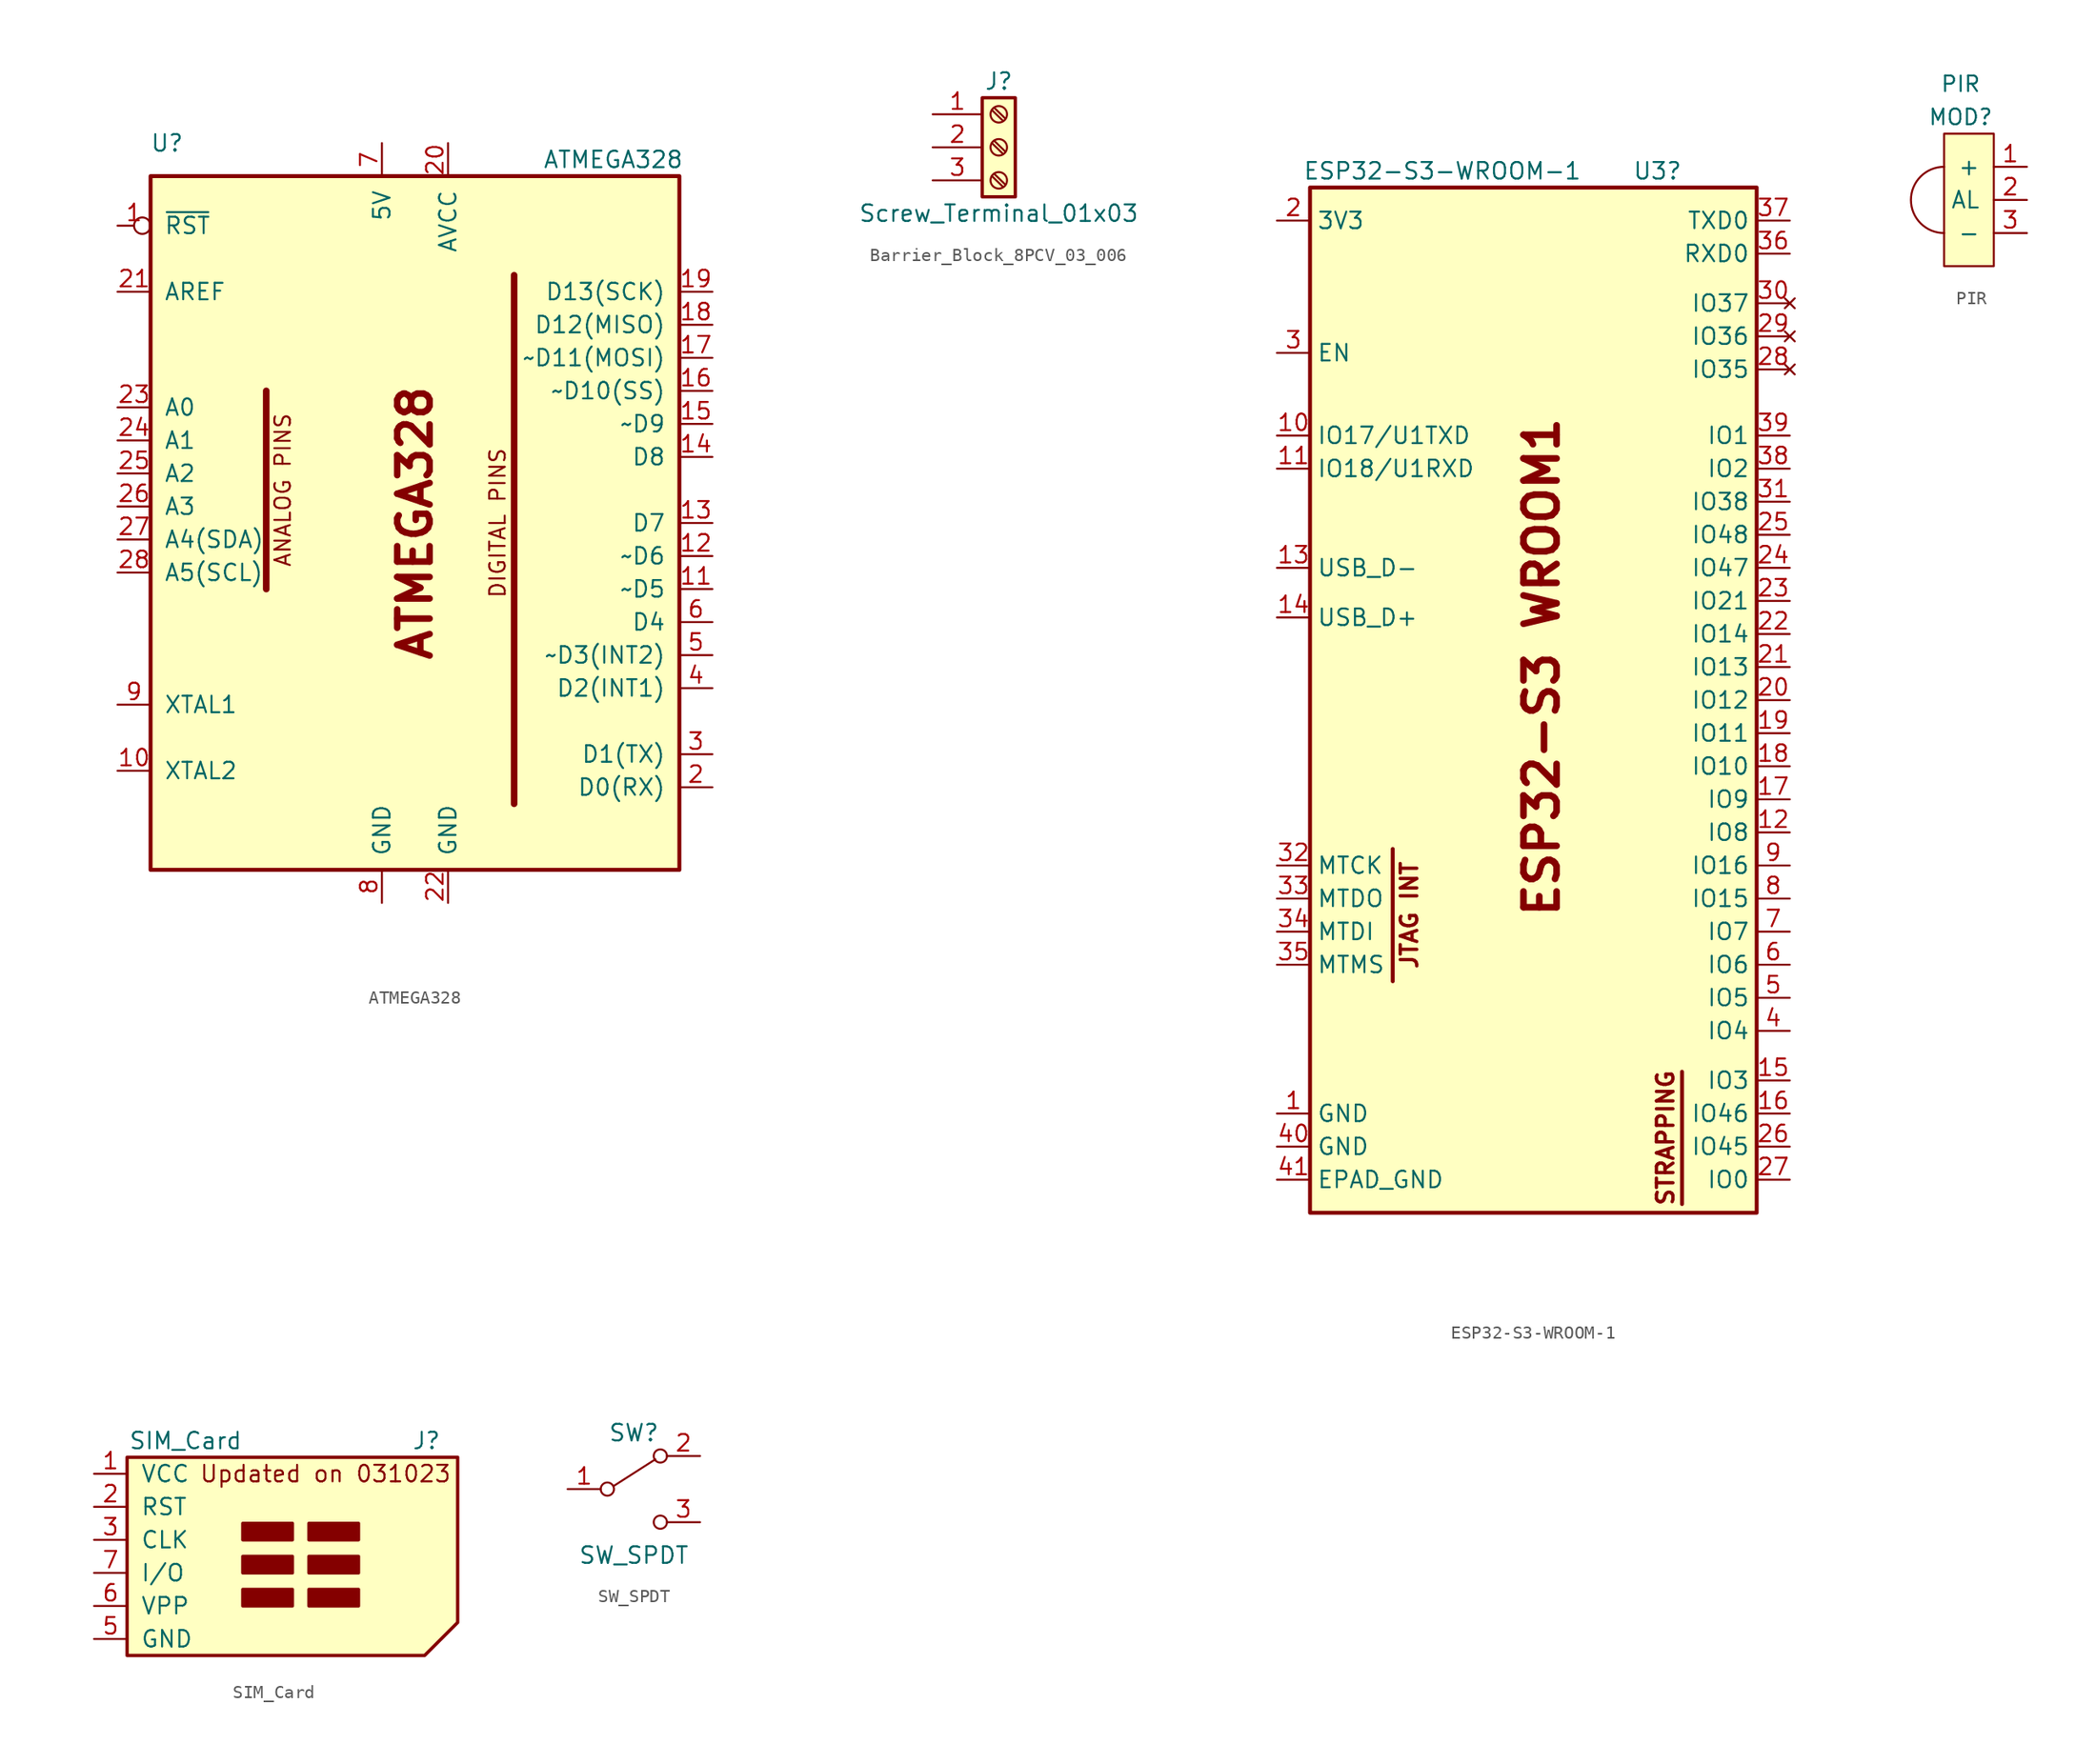
<source format=kicad_sym>
(kicad_symbol_lib
  (version 20220914)
  (generator kicad_symbol_editor)
  (symbol "ATMEGA328"
    (pin_names
      (offset 1.016))
    (property "Reference" "U"
      (at -19.05 29.21 0)
      (effects (font (size 1.27 1.27))))
    (property "Value" "ATMEGA328"
      (at 15.24 27.94 0)
      (effects (font (size 1.27 1.27))))
    (symbol "ATMEGA328_0_0"
      (text "ANALOG PINS" (at -10.16 2.54 900) (effects (font (size 1.194 1.194))))
      (text "ATMEGA328" (at 0 0 900) (effects (font (size 2.489 2.489) bold)))
      (text "DIGITAL PINS" (at 6.35 0 900) (effects (font (size 1.194 1.194)))))
    (symbol "ATMEGA328_0_1"
      (rectangle (start -20.32 26.67) (end 20.32 -26.67) (stroke (width 0.305) (type solid)) (fill (type background)))
      (polyline (pts (xy -11.43 10.16) (xy -11.43 -5.08)) (stroke (width 0.508) (type solid)) (fill (type none)))
      (polyline (pts (xy 7.62 19.05) (xy 7.62 -21.59)) (stroke (width 0.508) (type solid)) (fill (type none))))
    (symbol "ATMEGA328_1_1"
      (pin input inverted (at -22.86 22.86 0) (length 2.54) (name "~{RST}" (effects (font (size 1.27 1.27)))) (number "1" (effects (font (size 1.27 1.27)))))
      (pin bidirectional line (at -22.86 -19.05 0) (length 2.54) (name "XTAL2" (effects (font (size 1.27 1.27)))) (number "10" (effects (font (size 1.27 1.27)))))
      (pin bidirectional line (at 22.86 -5.08 180) (length 2.54) (name "~D5" (effects (font (size 1.27 1.27)))) (number "11" (effects (font (size 1.27 1.27)))))
      (pin bidirectional line (at 22.86 -2.54 180) (length 2.54) (name "~D6" (effects (font (size 1.27 1.27)))) (number "12" (effects (font (size 1.27 1.27)))))
      (pin bidirectional line (at 22.86 0 180) (length 2.54) (name "D7" (effects (font (size 1.27 1.27)))) (number "13" (effects (font (size 1.27 1.27)))))
      (pin bidirectional line (at 22.86 5.08 180) (length 2.54) (name "D8" (effects (font (size 1.27 1.27)))) (number "14" (effects (font (size 1.27 1.27)))))
      (pin bidirectional line (at 22.86 7.62 180) (length 2.54) (name "~D9" (effects (font (size 1.27 1.27)))) (number "15" (effects (font (size 1.27 1.27)))))
      (pin bidirectional line (at 22.86 10.16 180) (length 2.54) (name "~D10(SS)" (effects (font (size 1.27 1.27)))) (number "16" (effects (font (size 1.27 1.27)))))
      (pin bidirectional line (at 22.86 12.7 180) (length 2.54) (name "~D11(MOSI)" (effects (font (size 1.27 1.27)))) (number "17" (effects (font (size 1.27 1.27)))))
      (pin bidirectional line (at 22.86 15.24 180) (length 2.54) (name "D12(MISO)" (effects (font (size 1.27 1.27)))) (number "18" (effects (font (size 1.27 1.27)))))
      (pin bidirectional line (at 22.86 17.78 180) (length 2.54) (name "D13(SCK)" (effects (font (size 1.27 1.27)))) (number "19" (effects (font (size 1.27 1.27)))))
      (pin bidirectional line (at 22.86 -20.32 180) (length 2.54) (name "D0(RX)" (effects (font (size 1.27 1.27)))) (number "2" (effects (font (size 1.27 1.27)))))
      (pin power_in line (at 2.54 29.21 270) (length 2.54) (name "AVCC" (effects (font (size 1.27 1.27)))) (number "20" (effects (font (size 1.27 1.27)))))
      (pin power_in line (at -22.86 17.78 0) (length 2.54) (name "AREF" (effects (font (size 1.27 1.27)))) (number "21" (effects (font (size 1.27 1.27)))))
      (pin bidirectional line (at 2.54 -29.21 90) (length 2.54) (name "GND" (effects (font (size 1.27 1.27)))) (number "22" (effects (font (size 1.27 1.27)))))
      (pin bidirectional line (at -22.86 8.89 0) (length 2.54) (name "A0" (effects (font (size 1.27 1.27)))) (number "23" (effects (font (size 1.27 1.27)))))
      (pin bidirectional line (at -22.86 6.35 0) (length 2.54) (name "A1" (effects (font (size 1.27 1.27)))) (number "24" (effects (font (size 1.27 1.27)))))
      (pin bidirectional line (at -22.86 3.81 0) (length 2.54) (name "A2" (effects (font (size 1.27 1.27)))) (number "25" (effects (font (size 1.27 1.27)))))
      (pin bidirectional line (at -22.86 1.27 0) (length 2.54) (name "A3" (effects (font (size 1.27 1.27)))) (number "26" (effects (font (size 1.27 1.27)))))
      (pin bidirectional line (at -22.86 -1.27 0) (length 2.54) (name "A4(SDA)" (effects (font (size 1.27 1.27)))) (number "27" (effects (font (size 1.27 1.27)))))
      (pin bidirectional line (at -22.86 -3.81 0) (length 2.54) (name "A5(SCL)" (effects (font (size 1.27 1.27)))) (number "28" (effects (font (size 1.27 1.27)))))
      (pin bidirectional line (at 22.86 -17.78 180) (length 2.54) (name "D1(TX)" (effects (font (size 1.27 1.27)))) (number "3" (effects (font (size 1.27 1.27)))))
      (pin bidirectional line (at 22.86 -12.7 180) (length 2.54) (name "D2(INT1)" (effects (font (size 1.27 1.27)))) (number "4" (effects (font (size 1.27 1.27)))))
      (pin bidirectional line (at 22.86 -10.16 180) (length 2.54) (name "~D3(INT2)" (effects (font (size 1.27 1.27)))) (number "5" (effects (font (size 1.27 1.27)))))
      (pin bidirectional line (at 22.86 -7.62 180) (length 2.54) (name "D4" (effects (font (size 1.27 1.27)))) (number "6" (effects (font (size 1.27 1.27)))))
      (pin power_in line (at -2.54 29.21 270) (length 2.54) (name "5V" (effects (font (size 1.27 1.27)))) (number "7" (effects (font (size 1.27 1.27)))))
      (pin power_in line (at -2.54 -29.21 90) (length 2.54) (name "GND" (effects (font (size 1.27 1.27)))) (number "8" (effects (font (size 1.27 1.27)))))
      (pin bidirectional line (at -22.86 -13.97 0) (length 2.54) (name "XTAL1" (effects (font (size 1.27 1.27)))) (number "9" (effects (font (size 1.27 1.27)))))))
  (symbol "Barrier_Block_8PCV_03_006"
    (pin_names
      (offset 1.016) hide)
    (property "Reference" "J"
      (at 0 5.08 0)
      (effects (font (size 1.27 1.27))))
    (property "Value" "Screw_Terminal_01x03"
      (at 0 -5.08 0)
      (effects (font (size 1.27 1.27))))
    (symbol "Barrier_Block_8PCV_03_006_1_1"
      (rectangle (start -1.27 3.81) (end 1.27 -3.81) (stroke (width 0.254) (type default)) (fill (type background)))
      (circle (center 0 -2.54) (radius 0.635) (stroke (width 0.152) (type default)) (fill (type none)))
      (polyline (pts (xy -0.533 -2.21) (xy 0.33 -3.048)) (stroke (width 0.152) (type default)) (fill (type none)))
      (polyline (pts (xy -0.533 0.33) (xy 0.33 -0.508)) (stroke (width 0.152) (type default)) (fill (type none)))
      (polyline (pts (xy -0.533 2.87) (xy 0.33 2.032)) (stroke (width 0.152) (type default)) (fill (type none)))
      (polyline (pts (xy -0.356 -2.032) (xy 0.508 -2.87)) (stroke (width 0.152) (type default)) (fill (type none)))
      (polyline (pts (xy -0.356 0.508) (xy 0.508 -0.33)) (stroke (width 0.152) (type default)) (fill (type none)))
      (polyline (pts (xy -0.356 3.048) (xy 0.508 2.21)) (stroke (width 0.152) (type default)) (fill (type none)))
      (circle (center 0 0) (radius 0.635) (stroke (width 0.152) (type default)) (fill (type none)))
      (circle (center 0 2.54) (radius 0.635) (stroke (width 0.152) (type default)) (fill (type none)))
      (pin passive line (at -5.08 2.54 0) (length 3.81) (name "Pin_1" (effects (font (size 1.27 1.27)))) (number "1" (effects (font (size 1.27 1.27)))))
      (pin passive line (at -5.08 0 0) (length 3.81) (name "Pin_2" (effects (font (size 1.27 1.27)))) (number "2" (effects (font (size 1.27 1.27)))))
      (pin passive line (at -5.08 -2.54 0) (length 3.81) (name "Pin_3" (effects (font (size 1.27 1.27)))) (number "3" (effects (font (size 1.27 1.27)))))))
  (symbol "ESP32-S3-WROOM-1"
    (property "Reference" "U3"
      (at 10.16 40.64 0)
      (effects (font (size 1.27 1.27))))
    (property "Value" "ESP32-S3-WROOM-1"
      (at -6.35 40.64 0)
      (effects (font (size 1.27 1.27))))
    (symbol "ESP32-S3-WROOM-1_0_0"
      (text "ESP32-S3 WROOM1" (at 1.27 2.54 900) (effects (font (size 2.54 2.54) bold)))
      (text "JTAG INT" (at -8.89 -16.51 900) (effects (font (size 1.27 1.27) bold)))
      (text "STRAPPING" (at 10.777 -33.621 900) (effects (font (size 1.27 1.27) bold))))
    (symbol "ESP32-S3-WROOM-1_0_1"
      (rectangle (start -16.51 39.37) (end 17.78 -39.37) (stroke (width 0.3) (type default)) (fill (type background)))
      (polyline (pts (xy -10.16 -11.43) (xy -10.16 -21.59)) (stroke (width 0.3) (type default)) (fill (type none)))
      (polyline (pts (xy 12.047 -28.541) (xy 12.047 -38.701)) (stroke (width 0.3) (type default)) (fill (type none))))
    (symbol "ESP32-S3-WROOM-1_1_1"
      (pin power_in line (at -19.05 -31.75 0) (length 2.54) (name "GND" (effects (font (size 1.27 1.27)))) (number "1" (effects (font (size 1.27 1.27)))))
      (pin tri_state line (at -19.05 20.32 0) (length 2.54) (name "IO17/U1TXD" (effects (font (size 1.27 1.27)))) (number "10" (effects (font (size 1.27 1.27)))))
      (pin tri_state line (at -19.05 17.78 0) (length 2.54) (name "IO18/U1RXD" (effects (font (size 1.27 1.27)))) (number "11" (effects (font (size 1.27 1.27)))))
      (pin tri_state line (at 20.32 -10.16 180) (length 2.54) (name "IO8" (effects (font (size 1.27 1.27)))) (number "12" (effects (font (size 1.27 1.27)))))
      (pin tri_state line (at -19.05 10.16 0) (length 2.54) (name "USB_D-" (effects (font (size 1.27 1.27)))) (number "13" (effects (font (size 1.27 1.27)))))
      (pin tri_state line (at -19.05 6.35 0) (length 2.54) (name "USB_D+" (effects (font (size 1.27 1.27)))) (number "14" (effects (font (size 1.27 1.27)))))
      (pin tri_state line (at 20.32 -29.21 180) (length 2.54) (name "IO3" (effects (font (size 1.27 1.27)))) (number "15" (effects (font (size 1.27 1.27)))))
      (pin tri_state line (at 20.32 -31.75 180) (length 2.54) (name "IO46" (effects (font (size 1.27 1.27)))) (number "16" (effects (font (size 1.27 1.27)))))
      (pin tri_state line (at 20.32 -7.62 180) (length 2.54) (name "IO9" (effects (font (size 1.27 1.27)))) (number "17" (effects (font (size 1.27 1.27)))))
      (pin tri_state line (at 20.32 -5.08 180) (length 2.54) (name "IO10" (effects (font (size 1.27 1.27)))) (number "18" (effects (font (size 1.27 1.27)))))
      (pin tri_state line (at 20.32 -2.54 180) (length 2.54) (name "IO11" (effects (font (size 1.27 1.27)))) (number "19" (effects (font (size 1.27 1.27)))))
      (pin power_in line (at -19.05 36.83 0) (length 2.54) (name "3V3" (effects (font (size 1.27 1.27)))) (number "2" (effects (font (size 1.27 1.27)))))
      (pin tri_state line (at 20.32 0 180) (length 2.54) (name "IO12" (effects (font (size 1.27 1.27)))) (number "20" (effects (font (size 1.27 1.27)))))
      (pin tri_state line (at 20.32 2.54 180) (length 2.54) (name "IO13" (effects (font (size 1.27 1.27)))) (number "21" (effects (font (size 1.27 1.27)))))
      (pin tri_state line (at 20.32 5.08 180) (length 2.54) (name "IO14" (effects (font (size 1.27 1.27)))) (number "22" (effects (font (size 1.27 1.27)))))
      (pin tri_state line (at 20.32 7.62 180) (length 2.54) (name "IO21" (effects (font (size 1.27 1.27)))) (number "23" (effects (font (size 1.27 1.27)))))
      (pin tri_state line (at 20.32 10.16 180) (length 2.54) (name "IO47" (effects (font (size 1.27 1.27)))) (number "24" (effects (font (size 1.27 1.27)))))
      (pin tri_state line (at 20.32 12.7 180) (length 2.54) (name "IO48" (effects (font (size 1.27 1.27)))) (number "25" (effects (font (size 1.27 1.27)))))
      (pin tri_state line (at 20.32 -34.29 180) (length 2.54) (name "IO45" (effects (font (size 1.27 1.27)))) (number "26" (effects (font (size 1.27 1.27)))))
      (pin tri_state line (at 20.32 -36.83 180) (length 2.54) (name "IO0" (effects (font (size 1.27 1.27)))) (number "27" (effects (font (size 1.27 1.27)))))
      (pin no_connect line (at 20.32 25.4 180) (length 2.54) (name "IO35" (effects (font (size 1.27 1.27)))) (number "28" (effects (font (size 1.27 1.27)))))
      (pin no_connect line (at 20.32 27.94 180) (length 2.54) (name "IO36" (effects (font (size 1.27 1.27)))) (number "29" (effects (font (size 1.27 1.27)))))
      (pin input line (at -19.05 26.67 0) (length 2.54) (name "EN" (effects (font (size 1.27 1.27)))) (number "3" (effects (font (size 1.27 1.27)))))
      (pin no_connect line (at 20.32 30.48 180) (length 2.54) (name "IO37" (effects (font (size 1.27 1.27)))) (number "30" (effects (font (size 1.27 1.27)))))
      (pin tri_state line (at 20.32 15.24 180) (length 2.54) (name "IO38" (effects (font (size 1.27 1.27)))) (number "31" (effects (font (size 1.27 1.27)))))
      (pin tri_state line (at -19.05 -12.7 0) (length 2.54) (name "MTCK" (effects (font (size 1.27 1.27)))) (number "32" (effects (font (size 1.27 1.27)))))
      (pin tri_state line (at -19.05 -15.24 0) (length 2.54) (name "MTDO" (effects (font (size 1.27 1.27)))) (number "33" (effects (font (size 1.27 1.27)))))
      (pin tri_state line (at -19.05 -17.78 0) (length 2.54) (name "MTDI" (effects (font (size 1.27 1.27)))) (number "34" (effects (font (size 1.27 1.27)))))
      (pin tri_state line (at -19.05 -20.32 0) (length 2.54) (name "MTMS" (effects (font (size 1.27 1.27)))) (number "35" (effects (font (size 1.27 1.27)))))
      (pin tri_state line (at 20.32 34.29 180) (length 2.54) (name "RXD0" (effects (font (size 1.27 1.27)))) (number "36" (effects (font (size 1.27 1.27)))))
      (pin tri_state line (at 20.32 36.83 180) (length 2.54) (name "TXD0" (effects (font (size 1.27 1.27)))) (number "37" (effects (font (size 1.27 1.27)))))
      (pin tri_state line (at 20.32 17.78 180) (length 2.54) (name "IO2" (effects (font (size 1.27 1.27)))) (number "38" (effects (font (size 1.27 1.27)))))
      (pin tri_state line (at 20.32 20.32 180) (length 2.54) (name "IO1" (effects (font (size 1.27 1.27)))) (number "39" (effects (font (size 1.27 1.27)))))
      (pin tri_state line (at 20.32 -25.4 180) (length 2.54) (name "IO4" (effects (font (size 1.27 1.27)))) (number "4" (effects (font (size 1.27 1.27)))))
      (pin power_in line (at -19.05 -34.29 0) (length 2.54) (name "GND" (effects (font (size 1.27 1.27)))) (number "40" (effects (font (size 1.27 1.27)))))
      (pin power_in line (at -19.05 -36.83 0) (length 2.54) (name "EPAD_GND" (effects (font (size 1.27 1.27)))) (number "41" (effects (font (size 1.27 1.27)))))
      (pin tri_state line (at 20.32 -22.86 180) (length 2.54) (name "IO5" (effects (font (size 1.27 1.27)))) (number "5" (effects (font (size 1.27 1.27)))))
      (pin tri_state line (at 20.32 -20.32 180) (length 2.54) (name "IO6" (effects (font (size 1.27 1.27)))) (number "6" (effects (font (size 1.27 1.27)))))
      (pin tri_state line (at 20.32 -17.78 180) (length 2.54) (name "IO7" (effects (font (size 1.27 1.27)))) (number "7" (effects (font (size 1.27 1.27)))))
      (pin tri_state line (at 20.32 -15.24 180) (length 2.54) (name "IO15" (effects (font (size 1.27 1.27)))) (number "8" (effects (font (size 1.27 1.27)))))
      (pin tri_state line (at 20.32 -12.7 180) (length 2.54) (name "IO16" (effects (font (size 1.27 1.27)))) (number "9" (effects (font (size 1.27 1.27)))))))
  (symbol "PIR"
    (pin_names
      (offset 1.016))
    (property "Reference" "MOD"
      (at -1.27 6.35 0)
      (effects (font (size 1.194 1.194))))
    (property "Value" "PIR"
      (at -1.27 8.89 0)
      (effects (font (size 1.194 1.194))))
    (symbol "PIR_0_1"
      (arc (start -2.54 2.54) (mid -5.069 0) (end -2.54 -2.54) (stroke (width 0) (type solid)) (fill (type none)))
      (rectangle (start -2.54 5.08) (end 1.27 -5.08) (stroke (width 0) (type solid)) (fill (type background))))
    (symbol "PIR_1_1"
      (pin power_in line (at 3.81 2.54 180) (length 2.54) (name "+" (effects (font (size 1.27 1.27)))) (number "1" (effects (font (size 1.27 1.27)))))
      (pin open_collector line (at 3.81 0 180) (length 2.54) (name "AL" (effects (font (size 1.27 1.27)))) (number "2" (effects (font (size 1.27 1.27)))))
      (pin power_in line (at 3.81 -2.54 180) (length 2.54) (name "-" (effects (font (size 1.27 1.27)))) (number "3" (effects (font (size 1.27 1.27)))))))
  (symbol "SIM_Card"
    (pin_names
      (offset 1.016))
    (property "Reference" "J"
      (at 13.97 10.16 0)
      (effects (font (size 1.27 1.27)) (justify right)))
    (property "Value" "SIM_Card"
      (at -1.27 10.16 0)
      (effects (font (size 1.27 1.27)) (justify right)))
    (symbol "SIM_Card_0_1"
      (rectangle (start -1.27 -2.54) (end 2.54 -1.27) (stroke (width 0.254) (type solid)) (fill (type outline)))
      (rectangle (start -1.27 0) (end 2.54 1.27) (stroke (width 0.254) (type solid)) (fill (type outline)))
      (rectangle (start -1.27 2.54) (end 2.54 3.81) (stroke (width 0.254) (type solid)) (fill (type outline)))
      (polyline (pts (xy -10.16 8.89) (xy 15.24 8.89) (xy 15.24 -3.81) (xy 12.7 -6.35) (xy -10.16 -6.35) (xy -10.16 8.89)) (stroke (width 0.254) (type solid)) (fill (type background)))
      (rectangle (start 3.81 -1.27) (end 7.62 -2.54) (stroke (width 0.254) (type solid)) (fill (type outline)))
      (rectangle (start 3.81 0) (end 7.62 1.27) (stroke (width 0.254) (type solid)) (fill (type outline)))
      (rectangle (start 3.81 2.54) (end 7.62 3.81) (stroke (width 0.254) (type solid)) (fill (type outline)))
      (text "Updated on 031023" (at 5.08 7.62 0) (effects (font (size 1.27 1.27)))))
    (symbol "SIM_Card_1_1"
      (pin power_in line (at -12.7 7.62 0) (length 2.54) (name "VCC" (effects (font (size 1.27 1.27)))) (number "1" (effects (font (size 1.27 1.27)))))
      (pin input line (at -12.7 5.08 0) (length 2.54) (name "RST" (effects (font (size 1.27 1.27)))) (number "2" (effects (font (size 1.27 1.27)))))
      (pin input line (at -12.7 2.54 0) (length 2.54) (name "CLK" (effects (font (size 1.27 1.27)))) (number "3" (effects (font (size 1.27 1.27)))))
      (pin power_in line (at -12.7 -5.08 0) (length 2.54) (name "GND" (effects (font (size 1.27 1.27)))) (number "5" (effects (font (size 1.27 1.27)))))
      (pin input line (at -12.7 -2.54 0) (length 2.54) (name "VPP" (effects (font (size 1.27 1.27)))) (number "6" (effects (font (size 1.27 1.27)))))
      (pin bidirectional line (at -12.7 0 0) (length 2.54) (name "I/O" (effects (font (size 1.27 1.27)))) (number "7" (effects (font (size 1.27 1.27)))))))
  (symbol "SW_SPDT"
    (pin_names
      (offset 0) hide)
    (property "Reference" "SW"
      (at 0 4.318 0)
      (effects (font (size 1.27 1.27))))
    (property "Value" "SW_SPDT"
      (at 0 -5.08 0)
      (effects (font (size 1.27 1.27))))
    (symbol "SW_SPDT_0_0"
      (circle (center -2.032 0) (radius 0.508) (stroke (width 0) (type solid)) (fill (type none)))
      (circle (center 2.032 -2.54) (radius 0.508) (stroke (width 0) (type solid)) (fill (type none))))
    (symbol "SW_SPDT_0_1"
      (polyline (pts (xy -1.524 0.254) (xy 1.651 2.286)) (stroke (width 0) (type solid)) (fill (type none)))
      (circle (center 2.032 2.54) (radius 0.508) (stroke (width 0) (type solid)) (fill (type none))))
    (symbol "SW_SPDT_1_1"
      (pin passive line (at -5.08 0 0) (length 2.54) (name "A" (effects (font (size 1.27 1.27)))) (number "1" (effects (font (size 1.27 1.27)))))
      (pin passive line (at 5.08 2.54 180) (length 2.54) (name "B" (effects (font (size 1.27 1.27)))) (number "2" (effects (font (size 1.27 1.27)))))
      (pin passive line (at 5.08 -2.54 180) (length 2.54) (name "C" (effects (font (size 1.27 1.27)))) (number "3" (effects (font (size 1.27 1.27))))))))
</source>
